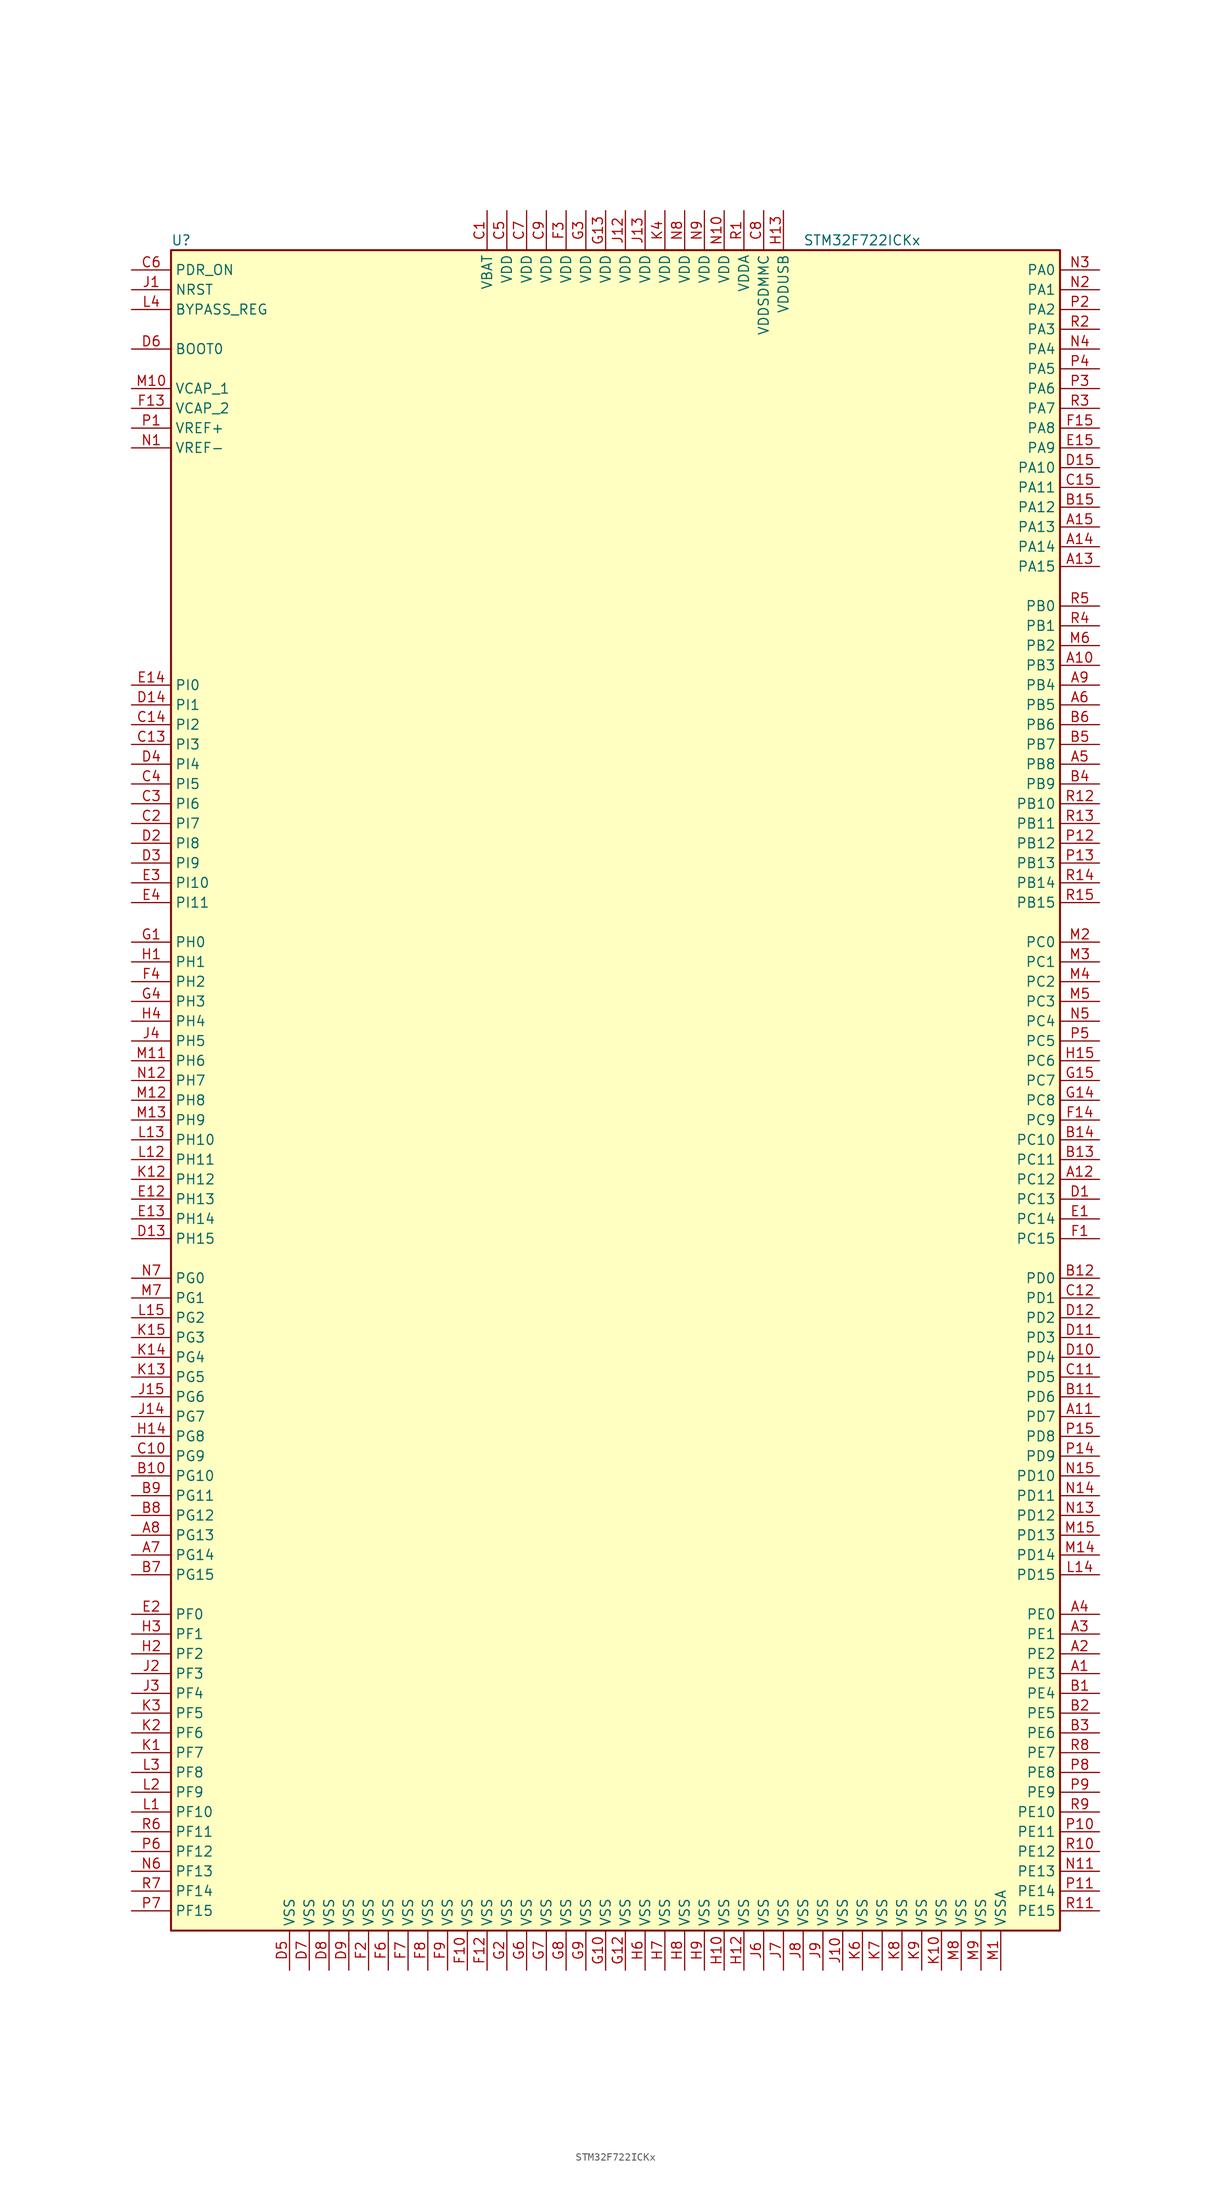
<source format=kicad_sym>
(kicad_symbol_lib
  (version 20201005)
  (generator kicad_symbol_editor)
  (symbol "STM32F722ICKx"
    (property "Reference" "U"
      (at -58.42 107.95 0)
      (effects (font (size 1.27 1.27)) (justify left)))
    (property "Value" "STM32F722ICKx"
      (at 22.86 107.95 0)
      (effects (font (size 1.27 1.27)) (justify left)))
    (symbol "STM32F722ICKx_0_1"
      (rectangle (start -58.42 -109.22) (end 55.88 106.68) (stroke (width 0.254)) (fill (type background))))
    (symbol "STM32F722ICKx_1_1"
      (pin input line (at -63.5 93.98 0) (length 5.08) (name "BOOT0" (effects (font (size 1.27 1.27)))) (number "D6" (effects (font (size 1.27 1.27)))))
      (pin input line (at -63.5 99.06 0) (length 5.08) (name "BYPASS_REG" (effects (font (size 1.27 1.27)))) (number "L4" (effects (font (size 1.27 1.27)))))
      (pin input line (at -63.5 101.6 0) (length 5.08) (name "NRST" (effects (font (size 1.27 1.27)))) (number "J1" (effects (font (size 1.27 1.27)))))
      (pin bidirectional line (at 60.96 104.14 180) (length 5.08) (name "PA0" (effects (font (size 1.27 1.27)))) (number "N3" (effects (font (size 1.27 1.27)))))
      (pin bidirectional line (at 60.96 101.6 180) (length 5.08) (name "PA1" (effects (font (size 1.27 1.27)))) (number "N2" (effects (font (size 1.27 1.27)))))
      (pin bidirectional line (at 60.96 78.74 180) (length 5.08) (name "PA10" (effects (font (size 1.27 1.27)))) (number "D15" (effects (font (size 1.27 1.27)))))
      (pin bidirectional line (at 60.96 76.2 180) (length 5.08) (name "PA11" (effects (font (size 1.27 1.27)))) (number "C15" (effects (font (size 1.27 1.27)))))
      (pin bidirectional line (at 60.96 73.66 180) (length 5.08) (name "PA12" (effects (font (size 1.27 1.27)))) (number "B15" (effects (font (size 1.27 1.27)))))
      (pin bidirectional line (at 60.96 71.12 180) (length 5.08) (name "PA13" (effects (font (size 1.27 1.27)))) (number "A15" (effects (font (size 1.27 1.27)))))
      (pin bidirectional line (at 60.96 68.58 180) (length 5.08) (name "PA14" (effects (font (size 1.27 1.27)))) (number "A14" (effects (font (size 1.27 1.27)))))
      (pin bidirectional line (at 60.96 66.04 180) (length 5.08) (name "PA15" (effects (font (size 1.27 1.27)))) (number "A13" (effects (font (size 1.27 1.27)))))
      (pin bidirectional line (at 60.96 99.06 180) (length 5.08) (name "PA2" (effects (font (size 1.27 1.27)))) (number "P2" (effects (font (size 1.27 1.27)))))
      (pin bidirectional line (at 60.96 96.52 180) (length 5.08) (name "PA3" (effects (font (size 1.27 1.27)))) (number "R2" (effects (font (size 1.27 1.27)))))
      (pin bidirectional line (at 60.96 93.98 180) (length 5.08) (name "PA4" (effects (font (size 1.27 1.27)))) (number "N4" (effects (font (size 1.27 1.27)))))
      (pin bidirectional line (at 60.96 91.44 180) (length 5.08) (name "PA5" (effects (font (size 1.27 1.27)))) (number "P4" (effects (font (size 1.27 1.27)))))
      (pin bidirectional line (at 60.96 88.9 180) (length 5.08) (name "PA6" (effects (font (size 1.27 1.27)))) (number "P3" (effects (font (size 1.27 1.27)))))
      (pin bidirectional line (at 60.96 86.36 180) (length 5.08) (name "PA7" (effects (font (size 1.27 1.27)))) (number "R3" (effects (font (size 1.27 1.27)))))
      (pin bidirectional line (at 60.96 83.82 180) (length 5.08) (name "PA8" (effects (font (size 1.27 1.27)))) (number "F15" (effects (font (size 1.27 1.27)))))
      (pin bidirectional line (at 60.96 81.28 180) (length 5.08) (name "PA9" (effects (font (size 1.27 1.27)))) (number "E15" (effects (font (size 1.27 1.27)))))
      (pin bidirectional line (at 60.96 60.96 180) (length 5.08) (name "PB0" (effects (font (size 1.27 1.27)))) (number "R5" (effects (font (size 1.27 1.27)))))
      (pin bidirectional line (at 60.96 58.42 180) (length 5.08) (name "PB1" (effects (font (size 1.27 1.27)))) (number "R4" (effects (font (size 1.27 1.27)))))
      (pin bidirectional line (at 60.96 35.56 180) (length 5.08) (name "PB10" (effects (font (size 1.27 1.27)))) (number "R12" (effects (font (size 1.27 1.27)))))
      (pin bidirectional line (at 60.96 33.02 180) (length 5.08) (name "PB11" (effects (font (size 1.27 1.27)))) (number "R13" (effects (font (size 1.27 1.27)))))
      (pin bidirectional line (at 60.96 30.48 180) (length 5.08) (name "PB12" (effects (font (size 1.27 1.27)))) (number "P12" (effects (font (size 1.27 1.27)))))
      (pin bidirectional line (at 60.96 27.94 180) (length 5.08) (name "PB13" (effects (font (size 1.27 1.27)))) (number "P13" (effects (font (size 1.27 1.27)))))
      (pin bidirectional line (at 60.96 25.4 180) (length 5.08) (name "PB14" (effects (font (size 1.27 1.27)))) (number "R14" (effects (font (size 1.27 1.27)))))
      (pin bidirectional line (at 60.96 22.86 180) (length 5.08) (name "PB15" (effects (font (size 1.27 1.27)))) (number "R15" (effects (font (size 1.27 1.27)))))
      (pin bidirectional line (at 60.96 55.88 180) (length 5.08) (name "PB2" (effects (font (size 1.27 1.27)))) (number "M6" (effects (font (size 1.27 1.27)))))
      (pin bidirectional line (at 60.96 53.34 180) (length 5.08) (name "PB3" (effects (font (size 1.27 1.27)))) (number "A10" (effects (font (size 1.27 1.27)))))
      (pin bidirectional line (at 60.96 50.8 180) (length 5.08) (name "PB4" (effects (font (size 1.27 1.27)))) (number "A9" (effects (font (size 1.27 1.27)))))
      (pin bidirectional line (at 60.96 48.26 180) (length 5.08) (name "PB5" (effects (font (size 1.27 1.27)))) (number "A6" (effects (font (size 1.27 1.27)))))
      (pin bidirectional line (at 60.96 45.72 180) (length 5.08) (name "PB6" (effects (font (size 1.27 1.27)))) (number "B6" (effects (font (size 1.27 1.27)))))
      (pin bidirectional line (at 60.96 43.18 180) (length 5.08) (name "PB7" (effects (font (size 1.27 1.27)))) (number "B5" (effects (font (size 1.27 1.27)))))
      (pin bidirectional line (at 60.96 40.64 180) (length 5.08) (name "PB8" (effects (font (size 1.27 1.27)))) (number "A5" (effects (font (size 1.27 1.27)))))
      (pin bidirectional line (at 60.96 38.1 180) (length 5.08) (name "PB9" (effects (font (size 1.27 1.27)))) (number "B4" (effects (font (size 1.27 1.27)))))
      (pin bidirectional line (at 60.96 17.78 180) (length 5.08) (name "PC0" (effects (font (size 1.27 1.27)))) (number "M2" (effects (font (size 1.27 1.27)))))
      (pin bidirectional line (at 60.96 15.24 180) (length 5.08) (name "PC1" (effects (font (size 1.27 1.27)))) (number "M3" (effects (font (size 1.27 1.27)))))
      (pin bidirectional line (at 60.96 -7.62 180) (length 5.08) (name "PC10" (effects (font (size 1.27 1.27)))) (number "B14" (effects (font (size 1.27 1.27)))))
      (pin bidirectional line (at 60.96 -10.16 180) (length 5.08) (name "PC11" (effects (font (size 1.27 1.27)))) (number "B13" (effects (font (size 1.27 1.27)))))
      (pin bidirectional line (at 60.96 -12.7 180) (length 5.08) (name "PC12" (effects (font (size 1.27 1.27)))) (number "A12" (effects (font (size 1.27 1.27)))))
      (pin bidirectional line (at 60.96 -15.24 180) (length 5.08) (name "PC13" (effects (font (size 1.27 1.27)))) (number "D1" (effects (font (size 1.27 1.27)))))
      (pin bidirectional line (at 60.96 -17.78 180) (length 5.08) (name "PC14" (effects (font (size 1.27 1.27)))) (number "E1" (effects (font (size 1.27 1.27)))))
      (pin bidirectional line (at 60.96 -20.32 180) (length 5.08) (name "PC15" (effects (font (size 1.27 1.27)))) (number "F1" (effects (font (size 1.27 1.27)))))
      (pin bidirectional line (at 60.96 12.7 180) (length 5.08) (name "PC2" (effects (font (size 1.27 1.27)))) (number "M4" (effects (font (size 1.27 1.27)))))
      (pin bidirectional line (at 60.96 10.16 180) (length 5.08) (name "PC3" (effects (font (size 1.27 1.27)))) (number "M5" (effects (font (size 1.27 1.27)))))
      (pin bidirectional line (at 60.96 7.62 180) (length 5.08) (name "PC4" (effects (font (size 1.27 1.27)))) (number "N5" (effects (font (size 1.27 1.27)))))
      (pin bidirectional line (at 60.96 5.08 180) (length 5.08) (name "PC5" (effects (font (size 1.27 1.27)))) (number "P5" (effects (font (size 1.27 1.27)))))
      (pin bidirectional line (at 60.96 2.54 180) (length 5.08) (name "PC6" (effects (font (size 1.27 1.27)))) (number "H15" (effects (font (size 1.27 1.27)))))
      (pin bidirectional line (at 60.96 0 180) (length 5.08) (name "PC7" (effects (font (size 1.27 1.27)))) (number "G15" (effects (font (size 1.27 1.27)))))
      (pin bidirectional line (at 60.96 -2.54 180) (length 5.08) (name "PC8" (effects (font (size 1.27 1.27)))) (number "G14" (effects (font (size 1.27 1.27)))))
      (pin bidirectional line (at 60.96 -5.08 180) (length 5.08) (name "PC9" (effects (font (size 1.27 1.27)))) (number "F14" (effects (font (size 1.27 1.27)))))
      (pin bidirectional line (at 60.96 -25.4 180) (length 5.08) (name "PD0" (effects (font (size 1.27 1.27)))) (number "B12" (effects (font (size 1.27 1.27)))))
      (pin bidirectional line (at 60.96 -27.94 180) (length 5.08) (name "PD1" (effects (font (size 1.27 1.27)))) (number "C12" (effects (font (size 1.27 1.27)))))
      (pin bidirectional line (at 60.96 -50.8 180) (length 5.08) (name "PD10" (effects (font (size 1.27 1.27)))) (number "N15" (effects (font (size 1.27 1.27)))))
      (pin bidirectional line (at 60.96 -53.34 180) (length 5.08) (name "PD11" (effects (font (size 1.27 1.27)))) (number "N14" (effects (font (size 1.27 1.27)))))
      (pin bidirectional line (at 60.96 -55.88 180) (length 5.08) (name "PD12" (effects (font (size 1.27 1.27)))) (number "N13" (effects (font (size 1.27 1.27)))))
      (pin bidirectional line (at 60.96 -58.42 180) (length 5.08) (name "PD13" (effects (font (size 1.27 1.27)))) (number "M15" (effects (font (size 1.27 1.27)))))
      (pin bidirectional line (at 60.96 -60.96 180) (length 5.08) (name "PD14" (effects (font (size 1.27 1.27)))) (number "M14" (effects (font (size 1.27 1.27)))))
      (pin bidirectional line (at 60.96 -63.5 180) (length 5.08) (name "PD15" (effects (font (size 1.27 1.27)))) (number "L14" (effects (font (size 1.27 1.27)))))
      (pin bidirectional line (at 60.96 -30.48 180) (length 5.08) (name "PD2" (effects (font (size 1.27 1.27)))) (number "D12" (effects (font (size 1.27 1.27)))))
      (pin bidirectional line (at 60.96 -33.02 180) (length 5.08) (name "PD3" (effects (font (size 1.27 1.27)))) (number "D11" (effects (font (size 1.27 1.27)))))
      (pin bidirectional line (at 60.96 -35.56 180) (length 5.08) (name "PD4" (effects (font (size 1.27 1.27)))) (number "D10" (effects (font (size 1.27 1.27)))))
      (pin bidirectional line (at 60.96 -38.1 180) (length 5.08) (name "PD5" (effects (font (size 1.27 1.27)))) (number "C11" (effects (font (size 1.27 1.27)))))
      (pin bidirectional line (at 60.96 -40.64 180) (length 5.08) (name "PD6" (effects (font (size 1.27 1.27)))) (number "B11" (effects (font (size 1.27 1.27)))))
      (pin bidirectional line (at 60.96 -43.18 180) (length 5.08) (name "PD7" (effects (font (size 1.27 1.27)))) (number "A11" (effects (font (size 1.27 1.27)))))
      (pin bidirectional line (at 60.96 -45.72 180) (length 5.08) (name "PD8" (effects (font (size 1.27 1.27)))) (number "P15" (effects (font (size 1.27 1.27)))))
      (pin bidirectional line (at 60.96 -48.26 180) (length 5.08) (name "PD9" (effects (font (size 1.27 1.27)))) (number "P14" (effects (font (size 1.27 1.27)))))
      (pin input line (at -63.5 104.14 0) (length 5.08) (name "PDR_ON" (effects (font (size 1.27 1.27)))) (number "C6" (effects (font (size 1.27 1.27)))))
      (pin bidirectional line (at 60.96 -68.58 180) (length 5.08) (name "PE0" (effects (font (size 1.27 1.27)))) (number "A4" (effects (font (size 1.27 1.27)))))
      (pin bidirectional line (at 60.96 -71.12 180) (length 5.08) (name "PE1" (effects (font (size 1.27 1.27)))) (number "A3" (effects (font (size 1.27 1.27)))))
      (pin bidirectional line (at 60.96 -93.98 180) (length 5.08) (name "PE10" (effects (font (size 1.27 1.27)))) (number "R9" (effects (font (size 1.27 1.27)))))
      (pin bidirectional line (at 60.96 -96.52 180) (length 5.08) (name "PE11" (effects (font (size 1.27 1.27)))) (number "P10" (effects (font (size 1.27 1.27)))))
      (pin bidirectional line (at 60.96 -99.06 180) (length 5.08) (name "PE12" (effects (font (size 1.27 1.27)))) (number "R10" (effects (font (size 1.27 1.27)))))
      (pin bidirectional line (at 60.96 -101.6 180) (length 5.08) (name "PE13" (effects (font (size 1.27 1.27)))) (number "N11" (effects (font (size 1.27 1.27)))))
      (pin bidirectional line (at 60.96 -104.14 180) (length 5.08) (name "PE14" (effects (font (size 1.27 1.27)))) (number "P11" (effects (font (size 1.27 1.27)))))
      (pin bidirectional line (at 60.96 -106.68 180) (length 5.08) (name "PE15" (effects (font (size 1.27 1.27)))) (number "R11" (effects (font (size 1.27 1.27)))))
      (pin bidirectional line (at 60.96 -73.66 180) (length 5.08) (name "PE2" (effects (font (size 1.27 1.27)))) (number "A2" (effects (font (size 1.27 1.27)))))
      (pin bidirectional line (at 60.96 -76.2 180) (length 5.08) (name "PE3" (effects (font (size 1.27 1.27)))) (number "A1" (effects (font (size 1.27 1.27)))))
      (pin bidirectional line (at 60.96 -78.74 180) (length 5.08) (name "PE4" (effects (font (size 1.27 1.27)))) (number "B1" (effects (font (size 1.27 1.27)))))
      (pin bidirectional line (at 60.96 -81.28 180) (length 5.08) (name "PE5" (effects (font (size 1.27 1.27)))) (number "B2" (effects (font (size 1.27 1.27)))))
      (pin bidirectional line (at 60.96 -83.82 180) (length 5.08) (name "PE6" (effects (font (size 1.27 1.27)))) (number "B3" (effects (font (size 1.27 1.27)))))
      (pin bidirectional line (at 60.96 -86.36 180) (length 5.08) (name "PE7" (effects (font (size 1.27 1.27)))) (number "R8" (effects (font (size 1.27 1.27)))))
      (pin bidirectional line (at 60.96 -88.9 180) (length 5.08) (name "PE8" (effects (font (size 1.27 1.27)))) (number "P8" (effects (font (size 1.27 1.27)))))
      (pin bidirectional line (at 60.96 -91.44 180) (length 5.08) (name "PE9" (effects (font (size 1.27 1.27)))) (number "P9" (effects (font (size 1.27 1.27)))))
      (pin bidirectional line (at -63.5 -68.58 0) (length 5.08) (name "PF0" (effects (font (size 1.27 1.27)))) (number "E2" (effects (font (size 1.27 1.27)))))
      (pin bidirectional line (at -63.5 -71.12 0) (length 5.08) (name "PF1" (effects (font (size 1.27 1.27)))) (number "H3" (effects (font (size 1.27 1.27)))))
      (pin bidirectional line (at -63.5 -93.98 0) (length 5.08) (name "PF10" (effects (font (size 1.27 1.27)))) (number "L1" (effects (font (size 1.27 1.27)))))
      (pin bidirectional line (at -63.5 -96.52 0) (length 5.08) (name "PF11" (effects (font (size 1.27 1.27)))) (number "R6" (effects (font (size 1.27 1.27)))))
      (pin bidirectional line (at -63.5 -99.06 0) (length 5.08) (name "PF12" (effects (font (size 1.27 1.27)))) (number "P6" (effects (font (size 1.27 1.27)))))
      (pin bidirectional line (at -63.5 -101.6 0) (length 5.08) (name "PF13" (effects (font (size 1.27 1.27)))) (number "N6" (effects (font (size 1.27 1.27)))))
      (pin bidirectional line (at -63.5 -104.14 0) (length 5.08) (name "PF14" (effects (font (size 1.27 1.27)))) (number "R7" (effects (font (size 1.27 1.27)))))
      (pin bidirectional line (at -63.5 -106.68 0) (length 5.08) (name "PF15" (effects (font (size 1.27 1.27)))) (number "P7" (effects (font (size 1.27 1.27)))))
      (pin bidirectional line (at -63.5 -73.66 0) (length 5.08) (name "PF2" (effects (font (size 1.27 1.27)))) (number "H2" (effects (font (size 1.27 1.27)))))
      (pin bidirectional line (at -63.5 -76.2 0) (length 5.08) (name "PF3" (effects (font (size 1.27 1.27)))) (number "J2" (effects (font (size 1.27 1.27)))))
      (pin bidirectional line (at -63.5 -78.74 0) (length 5.08) (name "PF4" (effects (font (size 1.27 1.27)))) (number "J3" (effects (font (size 1.27 1.27)))))
      (pin bidirectional line (at -63.5 -81.28 0) (length 5.08) (name "PF5" (effects (font (size 1.27 1.27)))) (number "K3" (effects (font (size 1.27 1.27)))))
      (pin bidirectional line (at -63.5 -83.82 0) (length 5.08) (name "PF6" (effects (font (size 1.27 1.27)))) (number "K2" (effects (font (size 1.27 1.27)))))
      (pin bidirectional line (at -63.5 -86.36 0) (length 5.08) (name "PF7" (effects (font (size 1.27 1.27)))) (number "K1" (effects (font (size 1.27 1.27)))))
      (pin bidirectional line (at -63.5 -88.9 0) (length 5.08) (name "PF8" (effects (font (size 1.27 1.27)))) (number "L3" (effects (font (size 1.27 1.27)))))
      (pin bidirectional line (at -63.5 -91.44 0) (length 5.08) (name "PF9" (effects (font (size 1.27 1.27)))) (number "L2" (effects (font (size 1.27 1.27)))))
      (pin bidirectional line (at -63.5 -25.4 0) (length 5.08) (name "PG0" (effects (font (size 1.27 1.27)))) (number "N7" (effects (font (size 1.27 1.27)))))
      (pin bidirectional line (at -63.5 -27.94 0) (length 5.08) (name "PG1" (effects (font (size 1.27 1.27)))) (number "M7" (effects (font (size 1.27 1.27)))))
      (pin bidirectional line (at -63.5 -50.8 0) (length 5.08) (name "PG10" (effects (font (size 1.27 1.27)))) (number "B10" (effects (font (size 1.27 1.27)))))
      (pin bidirectional line (at -63.5 -53.34 0) (length 5.08) (name "PG11" (effects (font (size 1.27 1.27)))) (number "B9" (effects (font (size 1.27 1.27)))))
      (pin bidirectional line (at -63.5 -55.88 0) (length 5.08) (name "PG12" (effects (font (size 1.27 1.27)))) (number "B8" (effects (font (size 1.27 1.27)))))
      (pin bidirectional line (at -63.5 -58.42 0) (length 5.08) (name "PG13" (effects (font (size 1.27 1.27)))) (number "A8" (effects (font (size 1.27 1.27)))))
      (pin bidirectional line (at -63.5 -60.96 0) (length 5.08) (name "PG14" (effects (font (size 1.27 1.27)))) (number "A7" (effects (font (size 1.27 1.27)))))
      (pin bidirectional line (at -63.5 -63.5 0) (length 5.08) (name "PG15" (effects (font (size 1.27 1.27)))) (number "B7" (effects (font (size 1.27 1.27)))))
      (pin bidirectional line (at -63.5 -30.48 0) (length 5.08) (name "PG2" (effects (font (size 1.27 1.27)))) (number "L15" (effects (font (size 1.27 1.27)))))
      (pin bidirectional line (at -63.5 -33.02 0) (length 5.08) (name "PG3" (effects (font (size 1.27 1.27)))) (number "K15" (effects (font (size 1.27 1.27)))))
      (pin bidirectional line (at -63.5 -35.56 0) (length 5.08) (name "PG4" (effects (font (size 1.27 1.27)))) (number "K14" (effects (font (size 1.27 1.27)))))
      (pin bidirectional line (at -63.5 -38.1 0) (length 5.08) (name "PG5" (effects (font (size 1.27 1.27)))) (number "K13" (effects (font (size 1.27 1.27)))))
      (pin bidirectional line (at -63.5 -40.64 0) (length 5.08) (name "PG6" (effects (font (size 1.27 1.27)))) (number "J15" (effects (font (size 1.27 1.27)))))
      (pin bidirectional line (at -63.5 -43.18 0) (length 5.08) (name "PG7" (effects (font (size 1.27 1.27)))) (number "J14" (effects (font (size 1.27 1.27)))))
      (pin bidirectional line (at -63.5 -45.72 0) (length 5.08) (name "PG8" (effects (font (size 1.27 1.27)))) (number "H14" (effects (font (size 1.27 1.27)))))
      (pin bidirectional line (at -63.5 -48.26 0) (length 5.08) (name "PG9" (effects (font (size 1.27 1.27)))) (number "C10" (effects (font (size 1.27 1.27)))))
      (pin input line (at -63.5 17.78 0) (length 5.08) (name "PH0" (effects (font (size 1.27 1.27)))) (number "G1" (effects (font (size 1.27 1.27)))))
      (pin input line (at -63.5 15.24 0) (length 5.08) (name "PH1" (effects (font (size 1.27 1.27)))) (number "H1" (effects (font (size 1.27 1.27)))))
      (pin bidirectional line (at -63.5 -7.62 0) (length 5.08) (name "PH10" (effects (font (size 1.27 1.27)))) (number "L13" (effects (font (size 1.27 1.27)))))
      (pin bidirectional line (at -63.5 -10.16 0) (length 5.08) (name "PH11" (effects (font (size 1.27 1.27)))) (number "L12" (effects (font (size 1.27 1.27)))))
      (pin bidirectional line (at -63.5 -12.7 0) (length 5.08) (name "PH12" (effects (font (size 1.27 1.27)))) (number "K12" (effects (font (size 1.27 1.27)))))
      (pin bidirectional line (at -63.5 -15.24 0) (length 5.08) (name "PH13" (effects (font (size 1.27 1.27)))) (number "E12" (effects (font (size 1.27 1.27)))))
      (pin bidirectional line (at -63.5 -17.78 0) (length 5.08) (name "PH14" (effects (font (size 1.27 1.27)))) (number "E13" (effects (font (size 1.27 1.27)))))
      (pin bidirectional line (at -63.5 -20.32 0) (length 5.08) (name "PH15" (effects (font (size 1.27 1.27)))) (number "D13" (effects (font (size 1.27 1.27)))))
      (pin bidirectional line (at -63.5 12.7 0) (length 5.08) (name "PH2" (effects (font (size 1.27 1.27)))) (number "F4" (effects (font (size 1.27 1.27)))))
      (pin bidirectional line (at -63.5 10.16 0) (length 5.08) (name "PH3" (effects (font (size 1.27 1.27)))) (number "G4" (effects (font (size 1.27 1.27)))))
      (pin bidirectional line (at -63.5 7.62 0) (length 5.08) (name "PH4" (effects (font (size 1.27 1.27)))) (number "H4" (effects (font (size 1.27 1.27)))))
      (pin bidirectional line (at -63.5 5.08 0) (length 5.08) (name "PH5" (effects (font (size 1.27 1.27)))) (number "J4" (effects (font (size 1.27 1.27)))))
      (pin bidirectional line (at -63.5 2.54 0) (length 5.08) (name "PH6" (effects (font (size 1.27 1.27)))) (number "M11" (effects (font (size 1.27 1.27)))))
      (pin bidirectional line (at -63.5 0 0) (length 5.08) (name "PH7" (effects (font (size 1.27 1.27)))) (number "N12" (effects (font (size 1.27 1.27)))))
      (pin bidirectional line (at -63.5 -2.54 0) (length 5.08) (name "PH8" (effects (font (size 1.27 1.27)))) (number "M12" (effects (font (size 1.27 1.27)))))
      (pin bidirectional line (at -63.5 -5.08 0) (length 5.08) (name "PH9" (effects (font (size 1.27 1.27)))) (number "M13" (effects (font (size 1.27 1.27)))))
      (pin bidirectional line (at -63.5 50.8 0) (length 5.08) (name "PI0" (effects (font (size 1.27 1.27)))) (number "E14" (effects (font (size 1.27 1.27)))))
      (pin bidirectional line (at -63.5 48.26 0) (length 5.08) (name "PI1" (effects (font (size 1.27 1.27)))) (number "D14" (effects (font (size 1.27 1.27)))))
      (pin bidirectional line (at -63.5 25.4 0) (length 5.08) (name "PI10" (effects (font (size 1.27 1.27)))) (number "E3" (effects (font (size 1.27 1.27)))))
      (pin bidirectional line (at -63.5 22.86 0) (length 5.08) (name "PI11" (effects (font (size 1.27 1.27)))) (number "E4" (effects (font (size 1.27 1.27)))))
      (pin bidirectional line (at -63.5 45.72 0) (length 5.08) (name "PI2" (effects (font (size 1.27 1.27)))) (number "C14" (effects (font (size 1.27 1.27)))))
      (pin bidirectional line (at -63.5 43.18 0) (length 5.08) (name "PI3" (effects (font (size 1.27 1.27)))) (number "C13" (effects (font (size 1.27 1.27)))))
      (pin bidirectional line (at -63.5 40.64 0) (length 5.08) (name "PI4" (effects (font (size 1.27 1.27)))) (number "D4" (effects (font (size 1.27 1.27)))))
      (pin bidirectional line (at -63.5 38.1 0) (length 5.08) (name "PI5" (effects (font (size 1.27 1.27)))) (number "C4" (effects (font (size 1.27 1.27)))))
      (pin bidirectional line (at -63.5 35.56 0) (length 5.08) (name "PI6" (effects (font (size 1.27 1.27)))) (number "C3" (effects (font (size 1.27 1.27)))))
      (pin bidirectional line (at -63.5 33.02 0) (length 5.08) (name "PI7" (effects (font (size 1.27 1.27)))) (number "C2" (effects (font (size 1.27 1.27)))))
      (pin bidirectional line (at -63.5 30.48 0) (length 5.08) (name "PI8" (effects (font (size 1.27 1.27)))) (number "D2" (effects (font (size 1.27 1.27)))))
      (pin bidirectional line (at -63.5 27.94 0) (length 5.08) (name "PI9" (effects (font (size 1.27 1.27)))) (number "D3" (effects (font (size 1.27 1.27)))))
      (pin power_in line (at -17.78 111.76 270) (length 5.08) (name "VBAT" (effects (font (size 1.27 1.27)))) (number "C1" (effects (font (size 1.27 1.27)))))
      (pin power_in line (at -63.5 88.9 0) (length 5.08) (name "VCAP_1" (effects (font (size 1.27 1.27)))) (number "M10" (effects (font (size 1.27 1.27)))))
      (pin power_in line (at -63.5 86.36 0) (length 5.08) (name "VCAP_2" (effects (font (size 1.27 1.27)))) (number "F13" (effects (font (size 1.27 1.27)))))
      (pin power_in line (at -15.24 111.76 270) (length 5.08) (name "VDD" (effects (font (size 1.27 1.27)))) (number "C5" (effects (font (size 1.27 1.27)))))
      (pin power_in line (at -12.7 111.76 270) (length 5.08) (name "VDD" (effects (font (size 1.27 1.27)))) (number "C7" (effects (font (size 1.27 1.27)))))
      (pin power_in line (at -10.16 111.76 270) (length 5.08) (name "VDD" (effects (font (size 1.27 1.27)))) (number "C9" (effects (font (size 1.27 1.27)))))
      (pin power_in line (at -7.62 111.76 270) (length 5.08) (name "VDD" (effects (font (size 1.27 1.27)))) (number "F3" (effects (font (size 1.27 1.27)))))
      (pin power_in line (at -2.54 111.76 270) (length 5.08) (name "VDD" (effects (font (size 1.27 1.27)))) (number "G13" (effects (font (size 1.27 1.27)))))
      (pin power_in line (at -5.08 111.76 270) (length 5.08) (name "VDD" (effects (font (size 1.27 1.27)))) (number "G3" (effects (font (size 1.27 1.27)))))
      (pin power_in line (at 0 111.76 270) (length 5.08) (name "VDD" (effects (font (size 1.27 1.27)))) (number "J12" (effects (font (size 1.27 1.27)))))
      (pin power_in line (at 2.54 111.76 270) (length 5.08) (name "VDD" (effects (font (size 1.27 1.27)))) (number "J13" (effects (font (size 1.27 1.27)))))
      (pin power_in line (at 5.08 111.76 270) (length 5.08) (name "VDD" (effects (font (size 1.27 1.27)))) (number "K4" (effects (font (size 1.27 1.27)))))
      (pin power_in line (at 12.7 111.76 270) (length 5.08) (name "VDD" (effects (font (size 1.27 1.27)))) (number "N10" (effects (font (size 1.27 1.27)))))
      (pin power_in line (at 7.62 111.76 270) (length 5.08) (name "VDD" (effects (font (size 1.27 1.27)))) (number "N8" (effects (font (size 1.27 1.27)))))
      (pin power_in line (at 10.16 111.76 270) (length 5.08) (name "VDD" (effects (font (size 1.27 1.27)))) (number "N9" (effects (font (size 1.27 1.27)))))
      (pin power_in line (at 15.24 111.76 270) (length 5.08) (name "VDDA" (effects (font (size 1.27 1.27)))) (number "R1" (effects (font (size 1.27 1.27)))))
      (pin power_in line (at 17.78 111.76 270) (length 5.08) (name "VDDSDMMC" (effects (font (size 1.27 1.27)))) (number "C8" (effects (font (size 1.27 1.27)))))
      (pin power_in line (at 20.32 111.76 270) (length 5.08) (name "VDDUSB" (effects (font (size 1.27 1.27)))) (number "H13" (effects (font (size 1.27 1.27)))))
      (pin power_in line (at -63.5 83.82 0) (length 5.08) (name "VREF+" (effects (font (size 1.27 1.27)))) (number "P1" (effects (font (size 1.27 1.27)))))
      (pin power_in line (at -63.5 81.28 0) (length 5.08) (name "VREF-" (effects (font (size 1.27 1.27)))) (number "N1" (effects (font (size 1.27 1.27)))))
      (pin power_in line (at -43.18 -114.3 90) (length 5.08) (name "VSS" (effects (font (size 1.27 1.27)))) (number "D5" (effects (font (size 1.27 1.27)))))
      (pin power_in line (at -40.64 -114.3 90) (length 5.08) (name "VSS" (effects (font (size 1.27 1.27)))) (number "D7" (effects (font (size 1.27 1.27)))))
      (pin power_in line (at -38.1 -114.3 90) (length 5.08) (name "VSS" (effects (font (size 1.27 1.27)))) (number "D8" (effects (font (size 1.27 1.27)))))
      (pin power_in line (at -35.56 -114.3 90) (length 5.08) (name "VSS" (effects (font (size 1.27 1.27)))) (number "D9" (effects (font (size 1.27 1.27)))))
      (pin power_in line (at -20.32 -114.3 90) (length 5.08) (name "VSS" (effects (font (size 1.27 1.27)))) (number "F10" (effects (font (size 1.27 1.27)))))
      (pin power_in line (at -17.78 -114.3 90) (length 5.08) (name "VSS" (effects (font (size 1.27 1.27)))) (number "F12" (effects (font (size 1.27 1.27)))))
      (pin power_in line (at -33.02 -114.3 90) (length 5.08) (name "VSS" (effects (font (size 1.27 1.27)))) (number "F2" (effects (font (size 1.27 1.27)))))
      (pin power_in line (at -30.48 -114.3 90) (length 5.08) (name "VSS" (effects (font (size 1.27 1.27)))) (number "F6" (effects (font (size 1.27 1.27)))))
      (pin power_in line (at -27.94 -114.3 90) (length 5.08) (name "VSS" (effects (font (size 1.27 1.27)))) (number "F7" (effects (font (size 1.27 1.27)))))
      (pin power_in line (at -25.4 -114.3 90) (length 5.08) (name "VSS" (effects (font (size 1.27 1.27)))) (number "F8" (effects (font (size 1.27 1.27)))))
      (pin power_in line (at -22.86 -114.3 90) (length 5.08) (name "VSS" (effects (font (size 1.27 1.27)))) (number "F9" (effects (font (size 1.27 1.27)))))
      (pin power_in line (at -2.54 -114.3 90) (length 5.08) (name "VSS" (effects (font (size 1.27 1.27)))) (number "G10" (effects (font (size 1.27 1.27)))))
      (pin power_in line (at 0 -114.3 90) (length 5.08) (name "VSS" (effects (font (size 1.27 1.27)))) (number "G12" (effects (font (size 1.27 1.27)))))
      (pin power_in line (at -15.24 -114.3 90) (length 5.08) (name "VSS" (effects (font (size 1.27 1.27)))) (number "G2" (effects (font (size 1.27 1.27)))))
      (pin power_in line (at -12.7 -114.3 90) (length 5.08) (name "VSS" (effects (font (size 1.27 1.27)))) (number "G6" (effects (font (size 1.27 1.27)))))
      (pin power_in line (at -10.16 -114.3 90) (length 5.08) (name "VSS" (effects (font (size 1.27 1.27)))) (number "G7" (effects (font (size 1.27 1.27)))))
      (pin power_in line (at -7.62 -114.3 90) (length 5.08) (name "VSS" (effects (font (size 1.27 1.27)))) (number "G8" (effects (font (size 1.27 1.27)))))
      (pin power_in line (at -5.08 -114.3 90) (length 5.08) (name "VSS" (effects (font (size 1.27 1.27)))) (number "G9" (effects (font (size 1.27 1.27)))))
      (pin power_in line (at 12.7 -114.3 90) (length 5.08) (name "VSS" (effects (font (size 1.27 1.27)))) (number "H10" (effects (font (size 1.27 1.27)))))
      (pin power_in line (at 15.24 -114.3 90) (length 5.08) (name "VSS" (effects (font (size 1.27 1.27)))) (number "H12" (effects (font (size 1.27 1.27)))))
      (pin power_in line (at 2.54 -114.3 90) (length 5.08) (name "VSS" (effects (font (size 1.27 1.27)))) (number "H6" (effects (font (size 1.27 1.27)))))
      (pin power_in line (at 5.08 -114.3 90) (length 5.08) (name "VSS" (effects (font (size 1.27 1.27)))) (number "H7" (effects (font (size 1.27 1.27)))))
      (pin power_in line (at 7.62 -114.3 90) (length 5.08) (name "VSS" (effects (font (size 1.27 1.27)))) (number "H8" (effects (font (size 1.27 1.27)))))
      (pin power_in line (at 10.16 -114.3 90) (length 5.08) (name "VSS" (effects (font (size 1.27 1.27)))) (number "H9" (effects (font (size 1.27 1.27)))))
      (pin power_in line (at 27.94 -114.3 90) (length 5.08) (name "VSS" (effects (font (size 1.27 1.27)))) (number "J10" (effects (font (size 1.27 1.27)))))
      (pin power_in line (at 17.78 -114.3 90) (length 5.08) (name "VSS" (effects (font (size 1.27 1.27)))) (number "J6" (effects (font (size 1.27 1.27)))))
      (pin power_in line (at 20.32 -114.3 90) (length 5.08) (name "VSS" (effects (font (size 1.27 1.27)))) (number "J7" (effects (font (size 1.27 1.27)))))
      (pin power_in line (at 22.86 -114.3 90) (length 5.08) (name "VSS" (effects (font (size 1.27 1.27)))) (number "J8" (effects (font (size 1.27 1.27)))))
      (pin power_in line (at 25.4 -114.3 90) (length 5.08) (name "VSS" (effects (font (size 1.27 1.27)))) (number "J9" (effects (font (size 1.27 1.27)))))
      (pin power_in line (at 40.64 -114.3 90) (length 5.08) (name "VSS" (effects (font (size 1.27 1.27)))) (number "K10" (effects (font (size 1.27 1.27)))))
      (pin power_in line (at 30.48 -114.3 90) (length 5.08) (name "VSS" (effects (font (size 1.27 1.27)))) (number "K6" (effects (font (size 1.27 1.27)))))
      (pin power_in line (at 33.02 -114.3 90) (length 5.08) (name "VSS" (effects (font (size 1.27 1.27)))) (number "K7" (effects (font (size 1.27 1.27)))))
      (pin power_in line (at 35.56 -114.3 90) (length 5.08) (name "VSS" (effects (font (size 1.27 1.27)))) (number "K8" (effects (font (size 1.27 1.27)))))
      (pin power_in line (at 38.1 -114.3 90) (length 5.08) (name "VSS" (effects (font (size 1.27 1.27)))) (number "K9" (effects (font (size 1.27 1.27)))))
      (pin power_in line (at 43.18 -114.3 90) (length 5.08) (name "VSS" (effects (font (size 1.27 1.27)))) (number "M8" (effects (font (size 1.27 1.27)))))
      (pin power_in line (at 45.72 -114.3 90) (length 5.08) (name "VSS" (effects (font (size 1.27 1.27)))) (number "M9" (effects (font (size 1.27 1.27)))))
      (pin power_in line (at 48.26 -114.3 90) (length 5.08) (name "VSSA" (effects (font (size 1.27 1.27)))) (number "M1" (effects (font (size 1.27 1.27))))))))
</source>
